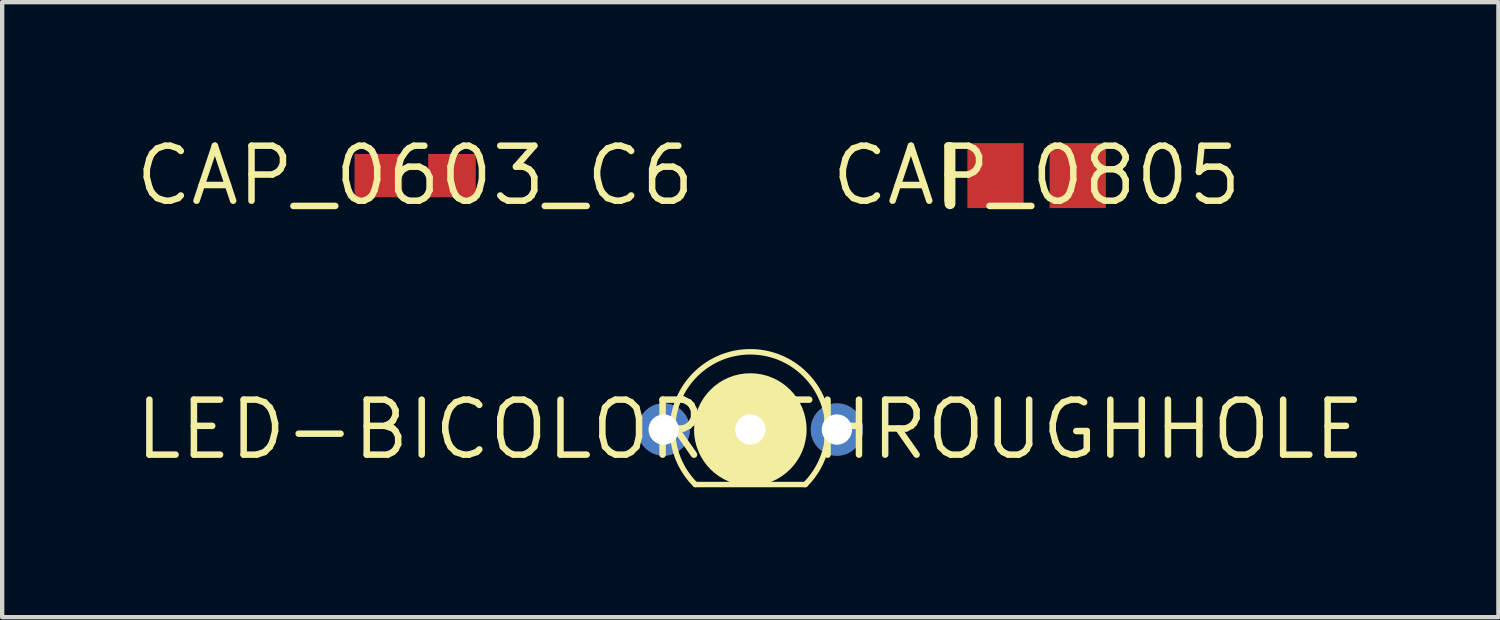
<source format=kicad_pcb>
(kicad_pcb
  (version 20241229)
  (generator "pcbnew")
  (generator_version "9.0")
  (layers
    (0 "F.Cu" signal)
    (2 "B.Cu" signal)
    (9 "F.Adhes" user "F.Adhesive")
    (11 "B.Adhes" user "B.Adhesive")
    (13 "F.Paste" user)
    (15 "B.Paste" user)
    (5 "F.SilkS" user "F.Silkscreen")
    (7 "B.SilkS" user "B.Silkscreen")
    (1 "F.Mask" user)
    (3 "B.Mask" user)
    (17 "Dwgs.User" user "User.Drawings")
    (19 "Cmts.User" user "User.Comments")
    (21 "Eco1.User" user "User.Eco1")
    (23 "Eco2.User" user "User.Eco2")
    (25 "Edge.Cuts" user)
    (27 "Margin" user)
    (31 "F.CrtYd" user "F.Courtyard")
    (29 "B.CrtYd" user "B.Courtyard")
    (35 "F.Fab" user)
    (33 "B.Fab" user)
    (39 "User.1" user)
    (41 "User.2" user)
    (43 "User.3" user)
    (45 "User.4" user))
  (footprint "CAP_0603_C6"
    (layer "F.Cu")
    (at 6.539 1.006)
    (property "Reference" "CAP_0603_C6" (at 0 0 0) (layer "F.SilkS") (effects (font (size 1.27 1.27) (thickness 0.15))))
    (fp_poly (pts (xy -1.4 0.5) (xy -1.4 -0.5) (xy -0.3 -0.5) (xy -0.3 0.5)) (stroke (width 0) (type default)) (fill yes) (layer "F.Mask"))
    (fp_poly (pts (xy 0.3 0.5) (xy 0.3 -0.5) (xy 1.4 -0.5) (xy 1.4 0.5)) (stroke (width 0) (type default)) (fill yes) (layer "F.Mask"))
    (fp_poly (pts (xy -1.4 0.5) (xy -1.4 -0.5) (xy -0.3 -0.5) (xy -0.3 0.5)) (stroke (width 0) (type default)) (fill yes) (layer "F.Paste"))
    (fp_poly (pts (xy 0.3 0.5) (xy 0.3 -0.5) (xy 1.4 -0.5) (xy 1.4 0.5)) (stroke (width 0) (type default)) (fill yes) (layer "F.Paste"))
    (pad "1" smd rect (at -0.85 0 90) (size 1 1.1) (layers "F.Cu"))
    (pad "2" smd rect (at 0.85 0 90) (size 1 1.1) (layers "F.Cu")))
  (footprint "CAP_0805"
    (layer "F.Cu")
    (at 20.893 1.006)
    (property "Reference" "CAP_0805" (at 0 0 0) (layer "F.SilkS") (effects (font (size 1.27 1.27) (thickness 0.15))))
    (fp_poly (pts (xy -1.6 0.75) (xy -1.6 -0.75) (xy -0.3 -0.75) (xy -0.3 0.75)) (stroke (width 0) (type default)) (fill yes) (layer "F.Mask"))
    (fp_poly (pts (xy 0.3 0.75) (xy 0.3 -0.75) (xy 1.6 -0.75) (xy 1.6 0.75)) (stroke (width 0) (type default)) (fill yes) (layer "F.Mask"))
    (fp_line (start -2.001 0.65) (end -2.001 -0.65) (stroke (width 0.25) (type solid)) (layer "F.SilkS"))
    (fp_poly (pts (xy -1.6 0.75) (xy -1.6 -0.75) (xy -0.3 -0.75) (xy -0.3 0.75)) (stroke (width 0) (type default)) (fill yes) (layer "F.Paste"))
    (fp_poly (pts (xy 0.3 0.75) (xy 0.3 -0.75) (xy 1.6 -0.75) (xy 1.6 0.75)) (stroke (width 0) (type default)) (fill yes) (layer "F.Paste"))
    (pad "1" smd rect (at -0.95 0 90) (size 1.5 1.3) (layers "F.Cu"))
    (pad "2" smd rect (at 0.95 0 90) (size 1.5 1.3) (layers "F.Cu")))
  (footprint "LED-BICOLOR-THROUGHHOLE"
    (layer "F.Cu")
    (at 14.28 6.871)
    (property "Reference" "LED-BICOLOR-THROUGHHOLE" (at 0 0 0) (layer "F.SilkS") (effects (font (size 1.27 1.27) (thickness 0.15))))
    (fp_circle (center -2 0) (end -2 0) (stroke (width 0) (type solid)) (fill yes) (layer "F.Mask"))
    (fp_circle (center 0 0) (end 0 0) (stroke (width 0) (type solid)) (fill yes) (layer "F.Mask"))
    (fp_circle (center 2 0) (end 2 0) (stroke (width 0) (type solid)) (fill yes) (layer "F.Mask"))
    (fp_circle (center -2 0) (end -2 0) (stroke (width 0) (type solid)) (fill yes) (layer "B.Mask"))
    (fp_circle (center 0 0) (end 0 0) (stroke (width 0) (type solid)) (fill yes) (layer "B.Mask"))
    (fp_circle (center 2 0) (end 2 0) (stroke (width 0) (type solid)) (fill yes) (layer "B.Mask"))
    (fp_line (start -1.27 1.27) (end 1.27 1.27) (stroke (width 0.127) (type solid)) (layer "F.SilkS"))
    (fp_arc (start -1.27 1.27) (mid 0 -1.795459) (end 1.27 1.27) (stroke (width 0.127) (type solid)) (layer "F.SilkS"))
    (fp_circle (center 0 0) (end 0.65 0) (stroke (width 1.3) (type solid)) (fill yes) (layer "F.SilkS"))
    (pad "1" thru_hole circle (at -2 0) (size 1.208 1.208) (drill 0.7) (layers "*.Cu"))
    (pad "2" thru_hole circle (at 0 0) (size 1.208 1.208) (drill 0.7) (layers "*.Cu"))
    (pad "3" thru_hole circle (at 2 0) (size 1.208 1.208) (drill 0.7) (layers "*.Cu")))
  (gr_rect
    (start -3 -3)
    (end 31.559 11.205)
    (stroke (width 0.1) (type default))
    (fill no)
    (layer "Edge.Cuts")))
</source>
